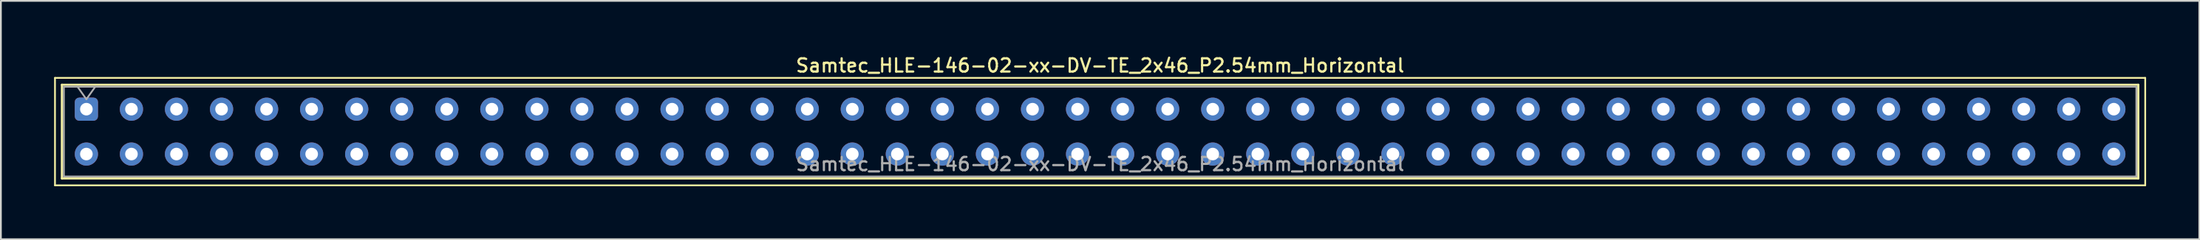
<source format=kicad_pcb>
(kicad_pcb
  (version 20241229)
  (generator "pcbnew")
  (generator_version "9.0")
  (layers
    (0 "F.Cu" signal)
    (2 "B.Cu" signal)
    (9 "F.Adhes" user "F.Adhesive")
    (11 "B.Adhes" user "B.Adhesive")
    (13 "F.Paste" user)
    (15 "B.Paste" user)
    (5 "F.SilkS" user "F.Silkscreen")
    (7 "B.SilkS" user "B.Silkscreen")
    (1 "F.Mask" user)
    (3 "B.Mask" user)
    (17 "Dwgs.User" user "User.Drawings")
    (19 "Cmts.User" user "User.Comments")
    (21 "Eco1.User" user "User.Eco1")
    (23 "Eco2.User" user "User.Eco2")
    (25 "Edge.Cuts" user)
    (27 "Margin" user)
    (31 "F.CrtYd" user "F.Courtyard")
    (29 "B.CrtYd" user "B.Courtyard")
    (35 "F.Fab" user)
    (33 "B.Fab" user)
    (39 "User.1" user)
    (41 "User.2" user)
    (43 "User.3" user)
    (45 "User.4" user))
  (footprint "Samtec_HLE-146-02-xx-DV-TE_2x46_P2.54mm_Horizontal"
    (layer "F.Cu")
    (at 1.82 3.128)
    (property "Reference" "Samtec_HLE-146-02-xx-DV-TE_2x46_P2.54mm_Horizontal" (at 57.15 -2.47 0) (layer "F.SilkS") (effects (font (size 0.75 0.75) (thickness 0.125))))
    (attr through_hole)
    (fp_line (start -1.77 -1.77) (end 116.07 -1.77) (stroke (width 0.1) (type solid)) (layer "F.SilkS"))
    (fp_line (start -1.77 4.31) (end -1.77 -1.77) (stroke (width 0.1) (type solid)) (layer "F.SilkS"))
    (fp_line (start -1.38 -1.38) (end 115.68 -1.38) (stroke (width 0.12) (type solid)) (layer "F.SilkS"))
    (fp_line (start -1.38 3.92) (end -1.38 -1.38) (stroke (width 0.12) (type solid)) (layer "F.SilkS"))
    (fp_line (start 115.68 -1.38) (end 115.68 3.92) (stroke (width 0.12) (type solid)) (layer "F.SilkS"))
    (fp_line (start 115.68 3.92) (end -1.38 3.92) (stroke (width 0.12) (type solid)) (layer "F.SilkS"))
    (fp_line (start 116.07 -1.77) (end 116.07 4.31) (stroke (width 0.1) (type solid)) (layer "F.SilkS"))
    (fp_line (start 116.07 4.31) (end -1.77 4.31) (stroke (width 0.1) (type solid)) (layer "F.SilkS"))
    (fp_line (start -1.27 -1.27) (end 115.57 -1.27) (stroke (width 0.1) (type solid)) (layer "F.Fab"))
    (fp_line (start -1.27 3.81) (end -1.27 -1.27) (stroke (width 0.1) (type solid)) (layer "F.Fab"))
    (fp_line (start -0.5 -1.27) (end 0 -0.563) (stroke (width 0.1) (type solid)) (layer "F.Fab"))
    (fp_line (start 0 -0.563) (end 0.5 -1.27) (stroke (width 0.1) (type solid)) (layer "F.Fab"))
    (fp_line (start 115.57 -1.27) (end 115.57 3.81) (stroke (width 0.1) (type solid)) (layer "F.Fab"))
    (fp_line (start 115.57 3.81) (end -1.27 3.81) (stroke (width 0.1) (type solid)) (layer "F.Fab"))
    (fp_text user "${REFERENCE}" (at 57.15 3.11 0) (layer "F.Fab") (effects (font (size 0.75 0.75) (thickness 0.125))))
    (pad "1" thru_hole roundrect (at 0 0) (size 1.31 1.31) (drill 0.71) (layers "*.Cu" "*.Mask") (roundrect_rratio 0.191))
    (pad "2" thru_hole circle (at 0 2.54) (size 1.31 1.31) (drill 0.71) (layers "*.Cu" "*.Mask"))
    (pad "3" thru_hole circle (at 2.54 0) (size 1.31 1.31) (drill 0.71) (layers "*.Cu" "*.Mask"))
    (pad "4" thru_hole circle (at 2.54 2.54) (size 1.31 1.31) (drill 0.71) (layers "*.Cu" "*.Mask"))
    (pad "5" thru_hole circle (at 5.08 0) (size 1.31 1.31) (drill 0.71) (layers "*.Cu" "*.Mask"))
    (pad "6" thru_hole circle (at 5.08 2.54) (size 1.31 1.31) (drill 0.71) (layers "*.Cu" "*.Mask"))
    (pad "7" thru_hole circle (at 7.62 0) (size 1.31 1.31) (drill 0.71) (layers "*.Cu" "*.Mask"))
    (pad "8" thru_hole circle (at 7.62 2.54) (size 1.31 1.31) (drill 0.71) (layers "*.Cu" "*.Mask"))
    (pad "9" thru_hole circle (at 10.16 0) (size 1.31 1.31) (drill 0.71) (layers "*.Cu" "*.Mask"))
    (pad "10" thru_hole circle (at 10.16 2.54) (size 1.31 1.31) (drill 0.71) (layers "*.Cu" "*.Mask"))
    (pad "11" thru_hole circle (at 12.7 0) (size 1.31 1.31) (drill 0.71) (layers "*.Cu" "*.Mask"))
    (pad "12" thru_hole circle (at 12.7 2.54) (size 1.31 1.31) (drill 0.71) (layers "*.Cu" "*.Mask"))
    (pad "13" thru_hole circle (at 15.24 0) (size 1.31 1.31) (drill 0.71) (layers "*.Cu" "*.Mask"))
    (pad "14" thru_hole circle (at 15.24 2.54) (size 1.31 1.31) (drill 0.71) (layers "*.Cu" "*.Mask"))
    (pad "15" thru_hole circle (at 17.78 0) (size 1.31 1.31) (drill 0.71) (layers "*.Cu" "*.Mask"))
    (pad "16" thru_hole circle (at 17.78 2.54) (size 1.31 1.31) (drill 0.71) (layers "*.Cu" "*.Mask"))
    (pad "17" thru_hole circle (at 20.32 0) (size 1.31 1.31) (drill 0.71) (layers "*.Cu" "*.Mask"))
    (pad "18" thru_hole circle (at 20.32 2.54) (size 1.31 1.31) (drill 0.71) (layers "*.Cu" "*.Mask"))
    (pad "19" thru_hole circle (at 22.86 0) (size 1.31 1.31) (drill 0.71) (layers "*.Cu" "*.Mask"))
    (pad "20" thru_hole circle (at 22.86 2.54) (size 1.31 1.31) (drill 0.71) (layers "*.Cu" "*.Mask"))
    (pad "21" thru_hole circle (at 25.4 0) (size 1.31 1.31) (drill 0.71) (layers "*.Cu" "*.Mask"))
    (pad "22" thru_hole circle (at 25.4 2.54) (size 1.31 1.31) (drill 0.71) (layers "*.Cu" "*.Mask"))
    (pad "23" thru_hole circle (at 27.94 0) (size 1.31 1.31) (drill 0.71) (layers "*.Cu" "*.Mask"))
    (pad "24" thru_hole circle (at 27.94 2.54) (size 1.31 1.31) (drill 0.71) (layers "*.Cu" "*.Mask"))
    (pad "25" thru_hole circle (at 30.48 0) (size 1.31 1.31) (drill 0.71) (layers "*.Cu" "*.Mask"))
    (pad "26" thru_hole circle (at 30.48 2.54) (size 1.31 1.31) (drill 0.71) (layers "*.Cu" "*.Mask"))
    (pad "27" thru_hole circle (at 33.02 0) (size 1.31 1.31) (drill 0.71) (layers "*.Cu" "*.Mask"))
    (pad "28" thru_hole circle (at 33.02 2.54) (size 1.31 1.31) (drill 0.71) (layers "*.Cu" "*.Mask"))
    (pad "29" thru_hole circle (at 35.56 0) (size 1.31 1.31) (drill 0.71) (layers "*.Cu" "*.Mask"))
    (pad "30" thru_hole circle (at 35.56 2.54) (size 1.31 1.31) (drill 0.71) (layers "*.Cu" "*.Mask"))
    (pad "31" thru_hole circle (at 38.1 0) (size 1.31 1.31) (drill 0.71) (layers "*.Cu" "*.Mask"))
    (pad "32" thru_hole circle (at 38.1 2.54) (size 1.31 1.31) (drill 0.71) (layers "*.Cu" "*.Mask"))
    (pad "33" thru_hole circle (at 40.64 0) (size 1.31 1.31) (drill 0.71) (layers "*.Cu" "*.Mask"))
    (pad "34" thru_hole circle (at 40.64 2.54) (size 1.31 1.31) (drill 0.71) (layers "*.Cu" "*.Mask"))
    (pad "35" thru_hole circle (at 43.18 0) (size 1.31 1.31) (drill 0.71) (layers "*.Cu" "*.Mask"))
    (pad "36" thru_hole circle (at 43.18 2.54) (size 1.31 1.31) (drill 0.71) (layers "*.Cu" "*.Mask"))
    (pad "37" thru_hole circle (at 45.72 0) (size 1.31 1.31) (drill 0.71) (layers "*.Cu" "*.Mask"))
    (pad "38" thru_hole circle (at 45.72 2.54) (size 1.31 1.31) (drill 0.71) (layers "*.Cu" "*.Mask"))
    (pad "39" thru_hole circle (at 48.26 0) (size 1.31 1.31) (drill 0.71) (layers "*.Cu" "*.Mask"))
    (pad "40" thru_hole circle (at 48.26 2.54) (size 1.31 1.31) (drill 0.71) (layers "*.Cu" "*.Mask"))
    (pad "41" thru_hole circle (at 50.8 0) (size 1.31 1.31) (drill 0.71) (layers "*.Cu" "*.Mask"))
    (pad "42" thru_hole circle (at 50.8 2.54) (size 1.31 1.31) (drill 0.71) (layers "*.Cu" "*.Mask"))
    (pad "43" thru_hole circle (at 53.34 0) (size 1.31 1.31) (drill 0.71) (layers "*.Cu" "*.Mask"))
    (pad "44" thru_hole circle (at 53.34 2.54) (size 1.31 1.31) (drill 0.71) (layers "*.Cu" "*.Mask"))
    (pad "45" thru_hole circle (at 55.88 0) (size 1.31 1.31) (drill 0.71) (layers "*.Cu" "*.Mask"))
    (pad "46" thru_hole circle (at 55.88 2.54) (size 1.31 1.31) (drill 0.71) (layers "*.Cu" "*.Mask"))
    (pad "47" thru_hole circle (at 58.42 0) (size 1.31 1.31) (drill 0.71) (layers "*.Cu" "*.Mask"))
    (pad "48" thru_hole circle (at 58.42 2.54) (size 1.31 1.31) (drill 0.71) (layers "*.Cu" "*.Mask"))
    (pad "49" thru_hole circle (at 60.96 0) (size 1.31 1.31) (drill 0.71) (layers "*.Cu" "*.Mask"))
    (pad "50" thru_hole circle (at 60.96 2.54) (size 1.31 1.31) (drill 0.71) (layers "*.Cu" "*.Mask"))
    (pad "51" thru_hole circle (at 63.5 0) (size 1.31 1.31) (drill 0.71) (layers "*.Cu" "*.Mask"))
    (pad "52" thru_hole circle (at 63.5 2.54) (size 1.31 1.31) (drill 0.71) (layers "*.Cu" "*.Mask"))
    (pad "53" thru_hole circle (at 66.04 0) (size 1.31 1.31) (drill 0.71) (layers "*.Cu" "*.Mask"))
    (pad "54" thru_hole circle (at 66.04 2.54) (size 1.31 1.31) (drill 0.71) (layers "*.Cu" "*.Mask"))
    (pad "55" thru_hole circle (at 68.58 0) (size 1.31 1.31) (drill 0.71) (layers "*.Cu" "*.Mask"))
    (pad "56" thru_hole circle (at 68.58 2.54) (size 1.31 1.31) (drill 0.71) (layers "*.Cu" "*.Mask"))
    (pad "57" thru_hole circle (at 71.12 0) (size 1.31 1.31) (drill 0.71) (layers "*.Cu" "*.Mask"))
    (pad "58" thru_hole circle (at 71.12 2.54) (size 1.31 1.31) (drill 0.71) (layers "*.Cu" "*.Mask"))
    (pad "59" thru_hole circle (at 73.66 0) (size 1.31 1.31) (drill 0.71) (layers "*.Cu" "*.Mask"))
    (pad "60" thru_hole circle (at 73.66 2.54) (size 1.31 1.31) (drill 0.71) (layers "*.Cu" "*.Mask"))
    (pad "61" thru_hole circle (at 76.2 0) (size 1.31 1.31) (drill 0.71) (layers "*.Cu" "*.Mask"))
    (pad "62" thru_hole circle (at 76.2 2.54) (size 1.31 1.31) (drill 0.71) (layers "*.Cu" "*.Mask"))
    (pad "63" thru_hole circle (at 78.74 0) (size 1.31 1.31) (drill 0.71) (layers "*.Cu" "*.Mask"))
    (pad "64" thru_hole circle (at 78.74 2.54) (size 1.31 1.31) (drill 0.71) (layers "*.Cu" "*.Mask"))
    (pad "65" thru_hole circle (at 81.28 0) (size 1.31 1.31) (drill 0.71) (layers "*.Cu" "*.Mask"))
    (pad "66" thru_hole circle (at 81.28 2.54) (size 1.31 1.31) (drill 0.71) (layers "*.Cu" "*.Mask"))
    (pad "67" thru_hole circle (at 83.82 0) (size 1.31 1.31) (drill 0.71) (layers "*.Cu" "*.Mask"))
    (pad "68" thru_hole circle (at 83.82 2.54) (size 1.31 1.31) (drill 0.71) (layers "*.Cu" "*.Mask"))
    (pad "69" thru_hole circle (at 86.36 0) (size 1.31 1.31) (drill 0.71) (layers "*.Cu" "*.Mask"))
    (pad "70" thru_hole circle (at 86.36 2.54) (size 1.31 1.31) (drill 0.71) (layers "*.Cu" "*.Mask"))
    (pad "71" thru_hole circle (at 88.9 0) (size 1.31 1.31) (drill 0.71) (layers "*.Cu" "*.Mask"))
    (pad "72" thru_hole circle (at 88.9 2.54) (size 1.31 1.31) (drill 0.71) (layers "*.Cu" "*.Mask"))
    (pad "73" thru_hole circle (at 91.44 0) (size 1.31 1.31) (drill 0.71) (layers "*.Cu" "*.Mask"))
    (pad "74" thru_hole circle (at 91.44 2.54) (size 1.31 1.31) (drill 0.71) (layers "*.Cu" "*.Mask"))
    (pad "75" thru_hole circle (at 93.98 0) (size 1.31 1.31) (drill 0.71) (layers "*.Cu" "*.Mask"))
    (pad "76" thru_hole circle (at 93.98 2.54) (size 1.31 1.31) (drill 0.71) (layers "*.Cu" "*.Mask"))
    (pad "77" thru_hole circle (at 96.52 0) (size 1.31 1.31) (drill 0.71) (layers "*.Cu" "*.Mask"))
    (pad "78" thru_hole circle (at 96.52 2.54) (size 1.31 1.31) (drill 0.71) (layers "*.Cu" "*.Mask"))
    (pad "79" thru_hole circle (at 99.06 0) (size 1.31 1.31) (drill 0.71) (layers "*.Cu" "*.Mask"))
    (pad "80" thru_hole circle (at 99.06 2.54) (size 1.31 1.31) (drill 0.71) (layers "*.Cu" "*.Mask"))
    (pad "81" thru_hole circle (at 101.6 0) (size 1.31 1.31) (drill 0.71) (layers "*.Cu" "*.Mask"))
    (pad "82" thru_hole circle (at 101.6 2.54) (size 1.31 1.31) (drill 0.71) (layers "*.Cu" "*.Mask"))
    (pad "83" thru_hole circle (at 104.14 0) (size 1.31 1.31) (drill 0.71) (layers "*.Cu" "*.Mask"))
    (pad "84" thru_hole circle (at 104.14 2.54) (size 1.31 1.31) (drill 0.71) (layers "*.Cu" "*.Mask"))
    (pad "85" thru_hole circle (at 106.68 0) (size 1.31 1.31) (drill 0.71) (layers "*.Cu" "*.Mask"))
    (pad "86" thru_hole circle (at 106.68 2.54) (size 1.31 1.31) (drill 0.71) (layers "*.Cu" "*.Mask"))
    (pad "87" thru_hole circle (at 109.22 0) (size 1.31 1.31) (drill 0.71) (layers "*.Cu" "*.Mask"))
    (pad "88" thru_hole circle (at 109.22 2.54) (size 1.31 1.31) (drill 0.71) (layers "*.Cu" "*.Mask"))
    (pad "89" thru_hole circle (at 111.76 0) (size 1.31 1.31) (drill 0.71) (layers "*.Cu" "*.Mask"))
    (pad "90" thru_hole circle (at 111.76 2.54) (size 1.31 1.31) (drill 0.71) (layers "*.Cu" "*.Mask"))
    (pad "91" thru_hole circle (at 114.3 0) (size 1.31 1.31) (drill 0.71) (layers "*.Cu" "*.Mask"))
    (pad "92" thru_hole circle (at 114.3 2.54) (size 1.31 1.31) (drill 0.71) (layers "*.Cu" "*.Mask")))
  (gr_rect
    (start -3 -3)
    (end 120.94 10.488)
    (stroke (width 0.1) (type default))
    (fill no)
    (layer "Edge.Cuts")))
</source>
